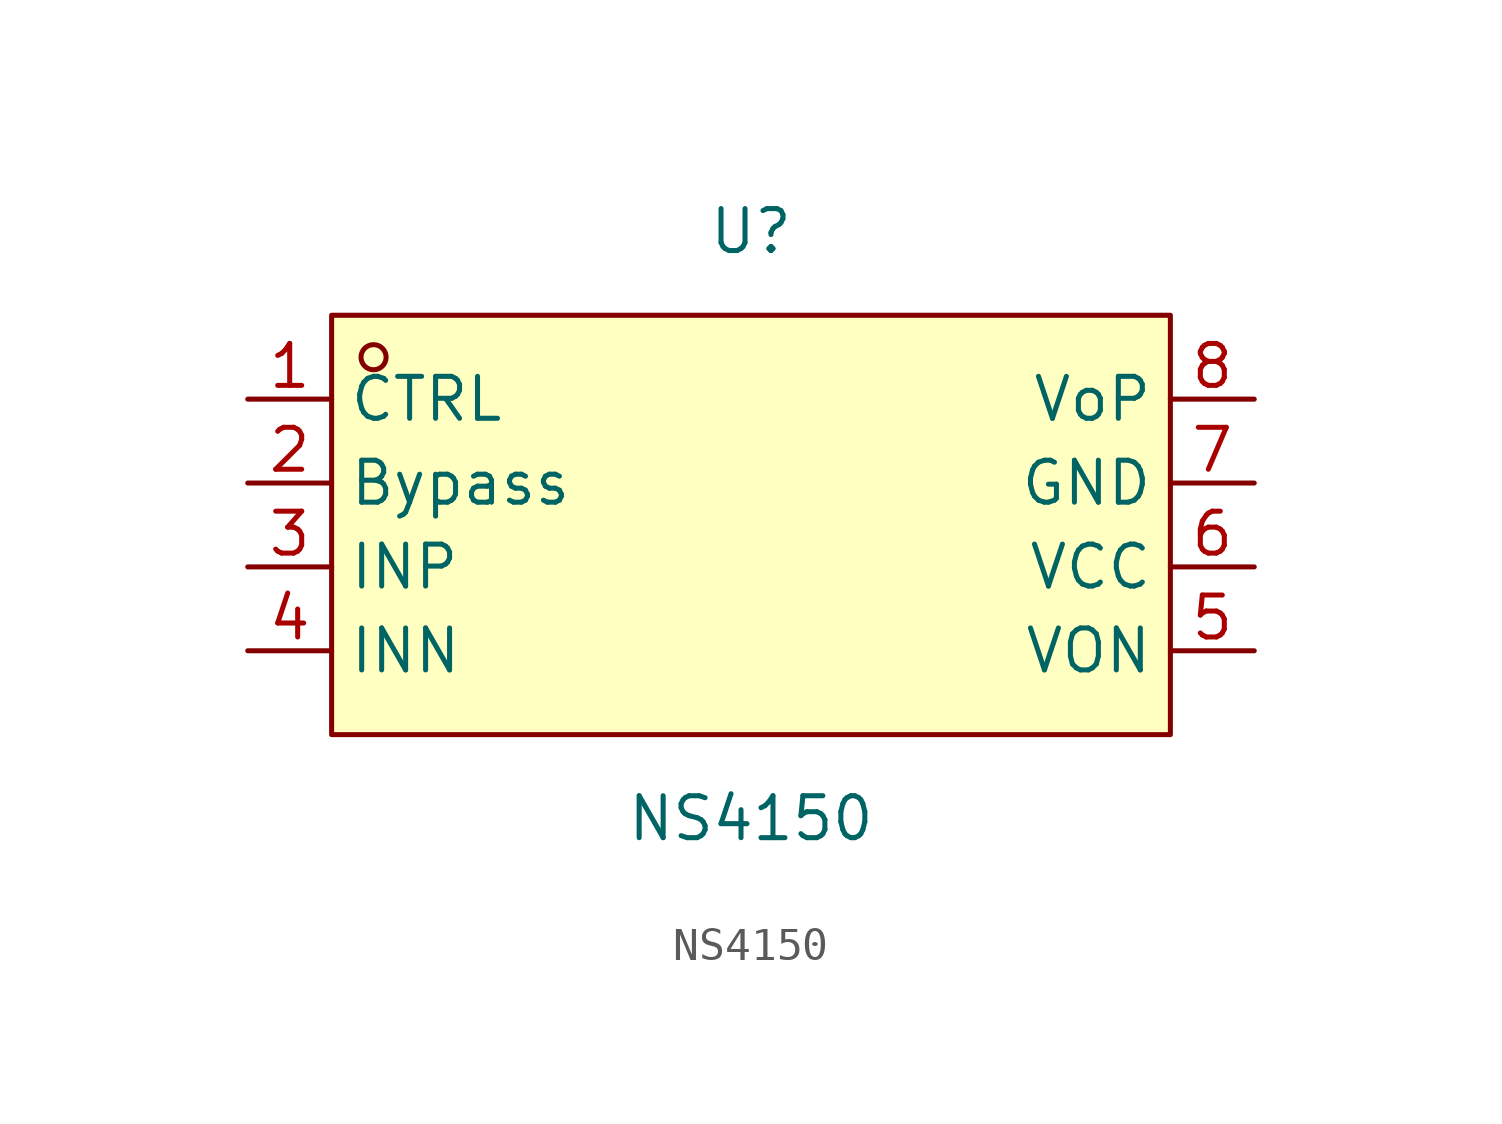
<source format=kicad_sym>
(kicad_symbol_lib
  (version 20211014)
  (generator https://github.com/uPesy/easyeda2kicad.py)
  (symbol "NS4150"
    (property "Reference" "U"
      (at 0 8.89 0)
      (effects (font (size 1.27 1.27))))
    (property "Value" "NS4150"
      (at 0 -8.89 0)
      (effects (font (size 1.27 1.27))))
    (symbol "NS4150_0_1"
      (rectangle (start -12.70 6.35) (end 12.70 -6.35) (stroke (width 0) (type default) (color 0 0 0 0)) (fill (type background)))
      (circle (center -11.43 5.08) (radius 0.38) (stroke (width 0) (type default) (color 0 0 0 0)) (fill (type none)))
      (pin unspecified line (at -15.24 3.81 0) (length 2.54) (name "CTRL" (effects (font (size 1.27 1.27)))) (number "1" (effects (font (size 1.27 1.27)))))
      (pin unspecified line (at -15.24 1.27 0) (length 2.54) (name "Bypass" (effects (font (size 1.27 1.27)))) (number "2" (effects (font (size 1.27 1.27)))))
      (pin unspecified line (at -15.24 -1.27 0) (length 2.54) (name "INP" (effects (font (size 1.27 1.27)))) (number "3" (effects (font (size 1.27 1.27)))))
      (pin unspecified line (at -15.24 -3.81 0) (length 2.54) (name "INN" (effects (font (size 1.27 1.27)))) (number "4" (effects (font (size 1.27 1.27)))))
      (pin unspecified line (at 15.24 -3.81 180) (length 2.54) (name "VON" (effects (font (size 1.27 1.27)))) (number "5" (effects (font (size 1.27 1.27)))))
      (pin unspecified line (at 15.24 -1.27 180) (length 2.54) (name "VCC" (effects (font (size 1.27 1.27)))) (number "6" (effects (font (size 1.27 1.27)))))
      (pin unspecified line (at 15.24 1.27 180) (length 2.54) (name "GND" (effects (font (size 1.27 1.27)))) (number "7" (effects (font (size 1.27 1.27)))))
      (pin unspecified line (at 15.24 3.81 180) (length 2.54) (name "VoP" (effects (font (size 1.27 1.27)))) (number "8" (effects (font (size 1.27 1.27))))))))
</source>
